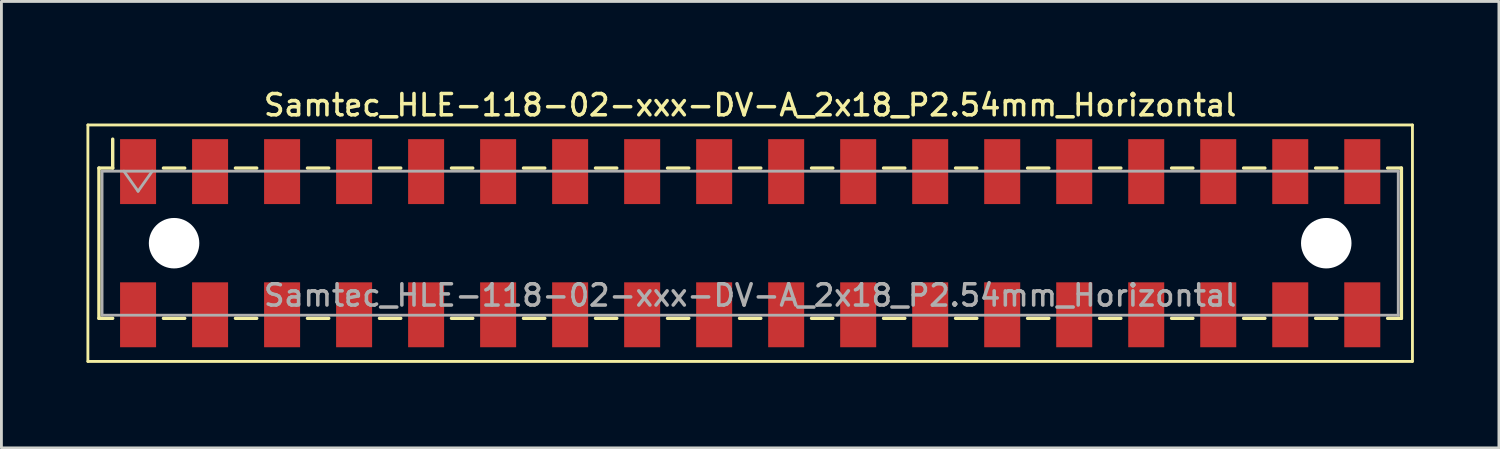
<source format=kicad_pcb>
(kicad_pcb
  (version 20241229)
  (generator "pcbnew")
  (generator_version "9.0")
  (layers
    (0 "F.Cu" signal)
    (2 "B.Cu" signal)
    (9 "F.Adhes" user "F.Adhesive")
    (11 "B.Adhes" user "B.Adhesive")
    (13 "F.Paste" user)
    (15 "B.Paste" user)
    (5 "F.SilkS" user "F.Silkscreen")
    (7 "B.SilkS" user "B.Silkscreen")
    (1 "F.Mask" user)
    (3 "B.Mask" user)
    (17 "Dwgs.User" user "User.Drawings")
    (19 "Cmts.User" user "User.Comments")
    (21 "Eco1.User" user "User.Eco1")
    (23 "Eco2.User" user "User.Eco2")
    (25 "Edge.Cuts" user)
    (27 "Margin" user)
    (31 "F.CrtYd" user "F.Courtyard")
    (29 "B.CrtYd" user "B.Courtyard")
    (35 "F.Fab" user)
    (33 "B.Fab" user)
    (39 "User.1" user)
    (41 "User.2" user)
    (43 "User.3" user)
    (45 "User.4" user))
  (footprint "Samtec_HLE-118-02-xxx-DV-A_2x18_P2.54mm_Horizontal"
    (layer "F.Cu")
    (at 23.41 5.528)
    (property "Reference" "Samtec_HLE-118-02-xxx-DV-A_2x18_P2.54mm_Horizontal" (at 0 -4.87 0) (layer "F.SilkS") (effects (font (size 0.75 0.75) (thickness 0.125))))
    (attr smd)
    (fp_line (start -23.36 -4.17) (end 23.36 -4.17) (stroke (width 0.1) (type solid)) (layer "F.SilkS"))
    (fp_line (start -23.36 4.17) (end -23.36 -4.17) (stroke (width 0.1) (type solid)) (layer "F.SilkS"))
    (fp_line (start -22.97 -2.65) (end -22.97 2.65) (stroke (width 0.12) (type solid)) (layer "F.SilkS"))
    (fp_line (start -22.97 2.65) (end -22.485 2.65) (stroke (width 0.12) (type solid)) (layer "F.SilkS"))
    (fp_line (start -22.485 -3.67) (end -22.485 -2.65) (stroke (width 0.12) (type solid)) (layer "F.SilkS"))
    (fp_line (start -22.485 -2.65) (end -22.97 -2.65) (stroke (width 0.12) (type solid)) (layer "F.SilkS"))
    (fp_line (start -20.695 -2.65) (end -19.945 -2.65) (stroke (width 0.12) (type solid)) (layer "F.SilkS"))
    (fp_line (start -20.695 2.65) (end -19.945 2.65) (stroke (width 0.12) (type solid)) (layer "F.SilkS"))
    (fp_line (start -18.155 -2.65) (end -17.405 -2.65) (stroke (width 0.12) (type solid)) (layer "F.SilkS"))
    (fp_line (start -18.155 2.65) (end -17.405 2.65) (stroke (width 0.12) (type solid)) (layer "F.SilkS"))
    (fp_line (start -15.615 -2.65) (end -14.865 -2.65) (stroke (width 0.12) (type solid)) (layer "F.SilkS"))
    (fp_line (start -15.615 2.65) (end -14.865 2.65) (stroke (width 0.12) (type solid)) (layer "F.SilkS"))
    (fp_line (start -13.075 -2.65) (end -12.325 -2.65) (stroke (width 0.12) (type solid)) (layer "F.SilkS"))
    (fp_line (start -13.075 2.65) (end -12.325 2.65) (stroke (width 0.12) (type solid)) (layer "F.SilkS"))
    (fp_line (start -10.535 -2.65) (end -9.785 -2.65) (stroke (width 0.12) (type solid)) (layer "F.SilkS"))
    (fp_line (start -10.535 2.65) (end -9.785 2.65) (stroke (width 0.12) (type solid)) (layer "F.SilkS"))
    (fp_line (start -7.995 -2.65) (end -7.245 -2.65) (stroke (width 0.12) (type solid)) (layer "F.SilkS"))
    (fp_line (start -7.995 2.65) (end -7.245 2.65) (stroke (width 0.12) (type solid)) (layer "F.SilkS"))
    (fp_line (start -5.455 -2.65) (end -4.705 -2.65) (stroke (width 0.12) (type solid)) (layer "F.SilkS"))
    (fp_line (start -5.455 2.65) (end -4.705 2.65) (stroke (width 0.12) (type solid)) (layer "F.SilkS"))
    (fp_line (start -2.915 -2.65) (end -2.165 -2.65) (stroke (width 0.12) (type solid)) (layer "F.SilkS"))
    (fp_line (start -2.915 2.65) (end -2.165 2.65) (stroke (width 0.12) (type solid)) (layer "F.SilkS"))
    (fp_line (start -0.375 -2.65) (end 0.375 -2.65) (stroke (width 0.12) (type solid)) (layer "F.SilkS"))
    (fp_line (start -0.375 2.65) (end 0.375 2.65) (stroke (width 0.12) (type solid)) (layer "F.SilkS"))
    (fp_line (start 2.165 -2.65) (end 2.915 -2.65) (stroke (width 0.12) (type solid)) (layer "F.SilkS"))
    (fp_line (start 2.165 2.65) (end 2.915 2.65) (stroke (width 0.12) (type solid)) (layer "F.SilkS"))
    (fp_line (start 4.705 -2.65) (end 5.455 -2.65) (stroke (width 0.12) (type solid)) (layer "F.SilkS"))
    (fp_line (start 4.705 2.65) (end 5.455 2.65) (stroke (width 0.12) (type solid)) (layer "F.SilkS"))
    (fp_line (start 7.245 -2.65) (end 7.995 -2.65) (stroke (width 0.12) (type solid)) (layer "F.SilkS"))
    (fp_line (start 7.245 2.65) (end 7.995 2.65) (stroke (width 0.12) (type solid)) (layer "F.SilkS"))
    (fp_line (start 9.785 -2.65) (end 10.535 -2.65) (stroke (width 0.12) (type solid)) (layer "F.SilkS"))
    (fp_line (start 9.785 2.65) (end 10.535 2.65) (stroke (width 0.12) (type solid)) (layer "F.SilkS"))
    (fp_line (start 12.325 -2.65) (end 13.075 -2.65) (stroke (width 0.12) (type solid)) (layer "F.SilkS"))
    (fp_line (start 12.325 2.65) (end 13.075 2.65) (stroke (width 0.12) (type solid)) (layer "F.SilkS"))
    (fp_line (start 14.865 -2.65) (end 15.615 -2.65) (stroke (width 0.12) (type solid)) (layer "F.SilkS"))
    (fp_line (start 14.865 2.65) (end 15.615 2.65) (stroke (width 0.12) (type solid)) (layer "F.SilkS"))
    (fp_line (start 17.405 -2.65) (end 18.155 -2.65) (stroke (width 0.12) (type solid)) (layer "F.SilkS"))
    (fp_line (start 17.405 2.65) (end 18.155 2.65) (stroke (width 0.12) (type solid)) (layer "F.SilkS"))
    (fp_line (start 19.945 -2.65) (end 20.695 -2.65) (stroke (width 0.12) (type solid)) (layer "F.SilkS"))
    (fp_line (start 19.945 2.65) (end 20.695 2.65) (stroke (width 0.12) (type solid)) (layer "F.SilkS"))
    (fp_line (start 22.485 -2.65) (end 22.97 -2.65) (stroke (width 0.12) (type solid)) (layer "F.SilkS"))
    (fp_line (start 22.97 -2.65) (end 22.97 2.65) (stroke (width 0.12) (type solid)) (layer "F.SilkS"))
    (fp_line (start 22.97 2.65) (end 22.485 2.65) (stroke (width 0.12) (type solid)) (layer "F.SilkS"))
    (fp_line (start 23.36 -4.17) (end 23.36 4.17) (stroke (width 0.1) (type solid)) (layer "F.SilkS"))
    (fp_line (start 23.36 4.17) (end -23.36 4.17) (stroke (width 0.1) (type solid)) (layer "F.SilkS"))
    (fp_line (start -22.86 -2.54) (end 22.86 -2.54) (stroke (width 0.1) (type solid)) (layer "F.Fab"))
    (fp_line (start -22.86 2.54) (end -22.86 -2.54) (stroke (width 0.1) (type solid)) (layer "F.Fab"))
    (fp_line (start -22.09 -2.54) (end -21.59 -1.833) (stroke (width 0.1) (type solid)) (layer "F.Fab"))
    (fp_line (start -21.59 -1.833) (end -21.09 -2.54) (stroke (width 0.1) (type solid)) (layer "F.Fab"))
    (fp_line (start 22.86 -2.54) (end 22.86 2.54) (stroke (width 0.1) (type solid)) (layer "F.Fab"))
    (fp_line (start 22.86 2.54) (end -22.86 2.54) (stroke (width 0.1) (type solid)) (layer "F.Fab"))
    (fp_text user "${REFERENCE}" (at 0 1.84 0) (layer "F.Fab") (effects (font (size 0.75 0.75) (thickness 0.125))))
    (pad "" np_thru_hole circle (at -20.32 0) (size 1.78 1.78) (drill 1.78) (layers "*.Cu" "*.Mask"))
    (pad "" np_thru_hole circle (at 20.32 0) (size 1.78 1.78) (drill 1.78) (layers "*.Cu" "*.Mask"))
    (pad "1" smd rect (at -21.59 -2.525) (size 1.27 2.29) (layers "F.Cu" "F.Mask" "F.Paste"))
    (pad "2" smd rect (at -21.59 2.525) (size 1.27 2.29) (layers "F.Cu" "F.Mask" "F.Paste"))
    (pad "3" smd rect (at -19.05 -2.525) (size 1.27 2.29) (layers "F.Cu" "F.Mask" "F.Paste"))
    (pad "4" smd rect (at -19.05 2.525) (size 1.27 2.29) (layers "F.Cu" "F.Mask" "F.Paste"))
    (pad "5" smd rect (at -16.51 -2.525) (size 1.27 2.29) (layers "F.Cu" "F.Mask" "F.Paste"))
    (pad "6" smd rect (at -16.51 2.525) (size 1.27 2.29) (layers "F.Cu" "F.Mask" "F.Paste"))
    (pad "7" smd rect (at -13.97 -2.525) (size 1.27 2.29) (layers "F.Cu" "F.Mask" "F.Paste"))
    (pad "8" smd rect (at -13.97 2.525) (size 1.27 2.29) (layers "F.Cu" "F.Mask" "F.Paste"))
    (pad "9" smd rect (at -11.43 -2.525) (size 1.27 2.29) (layers "F.Cu" "F.Mask" "F.Paste"))
    (pad "10" smd rect (at -11.43 2.525) (size 1.27 2.29) (layers "F.Cu" "F.Mask" "F.Paste"))
    (pad "11" smd rect (at -8.89 -2.525) (size 1.27 2.29) (layers "F.Cu" "F.Mask" "F.Paste"))
    (pad "12" smd rect (at -8.89 2.525) (size 1.27 2.29) (layers "F.Cu" "F.Mask" "F.Paste"))
    (pad "13" smd rect (at -6.35 -2.525) (size 1.27 2.29) (layers "F.Cu" "F.Mask" "F.Paste"))
    (pad "14" smd rect (at -6.35 2.525) (size 1.27 2.29) (layers "F.Cu" "F.Mask" "F.Paste"))
    (pad "15" smd rect (at -3.81 -2.525) (size 1.27 2.29) (layers "F.Cu" "F.Mask" "F.Paste"))
    (pad "16" smd rect (at -3.81 2.525) (size 1.27 2.29) (layers "F.Cu" "F.Mask" "F.Paste"))
    (pad "17" smd rect (at -1.27 -2.525) (size 1.27 2.29) (layers "F.Cu" "F.Mask" "F.Paste"))
    (pad "18" smd rect (at -1.27 2.525) (size 1.27 2.29) (layers "F.Cu" "F.Mask" "F.Paste"))
    (pad "19" smd rect (at 1.27 -2.525) (size 1.27 2.29) (layers "F.Cu" "F.Mask" "F.Paste"))
    (pad "20" smd rect (at 1.27 2.525) (size 1.27 2.29) (layers "F.Cu" "F.Mask" "F.Paste"))
    (pad "21" smd rect (at 3.81 -2.525) (size 1.27 2.29) (layers "F.Cu" "F.Mask" "F.Paste"))
    (pad "22" smd rect (at 3.81 2.525) (size 1.27 2.29) (layers "F.Cu" "F.Mask" "F.Paste"))
    (pad "23" smd rect (at 6.35 -2.525) (size 1.27 2.29) (layers "F.Cu" "F.Mask" "F.Paste"))
    (pad "24" smd rect (at 6.35 2.525) (size 1.27 2.29) (layers "F.Cu" "F.Mask" "F.Paste"))
    (pad "25" smd rect (at 8.89 -2.525) (size 1.27 2.29) (layers "F.Cu" "F.Mask" "F.Paste"))
    (pad "26" smd rect (at 8.89 2.525) (size 1.27 2.29) (layers "F.Cu" "F.Mask" "F.Paste"))
    (pad "27" smd rect (at 11.43 -2.525) (size 1.27 2.29) (layers "F.Cu" "F.Mask" "F.Paste"))
    (pad "28" smd rect (at 11.43 2.525) (size 1.27 2.29) (layers "F.Cu" "F.Mask" "F.Paste"))
    (pad "29" smd rect (at 13.97 -2.525) (size 1.27 2.29) (layers "F.Cu" "F.Mask" "F.Paste"))
    (pad "30" smd rect (at 13.97 2.525) (size 1.27 2.29) (layers "F.Cu" "F.Mask" "F.Paste"))
    (pad "31" smd rect (at 16.51 -2.525) (size 1.27 2.29) (layers "F.Cu" "F.Mask" "F.Paste"))
    (pad "32" smd rect (at 16.51 2.525) (size 1.27 2.29) (layers "F.Cu" "F.Mask" "F.Paste"))
    (pad "33" smd rect (at 19.05 -2.525) (size 1.27 2.29) (layers "F.Cu" "F.Mask" "F.Paste"))
    (pad "34" smd rect (at 19.05 2.525) (size 1.27 2.29) (layers "F.Cu" "F.Mask" "F.Paste"))
    (pad "35" smd rect (at 21.59 -2.525) (size 1.27 2.29) (layers "F.Cu" "F.Mask" "F.Paste"))
    (pad "36" smd rect (at 21.59 2.525) (size 1.27 2.29) (layers "F.Cu" "F.Mask" "F.Paste")))
  (gr_rect
    (start -3 -3)
    (end 49.82 12.748)
    (stroke (width 0.1) (type default))
    (fill no)
    (layer "Edge.Cuts")))
</source>
